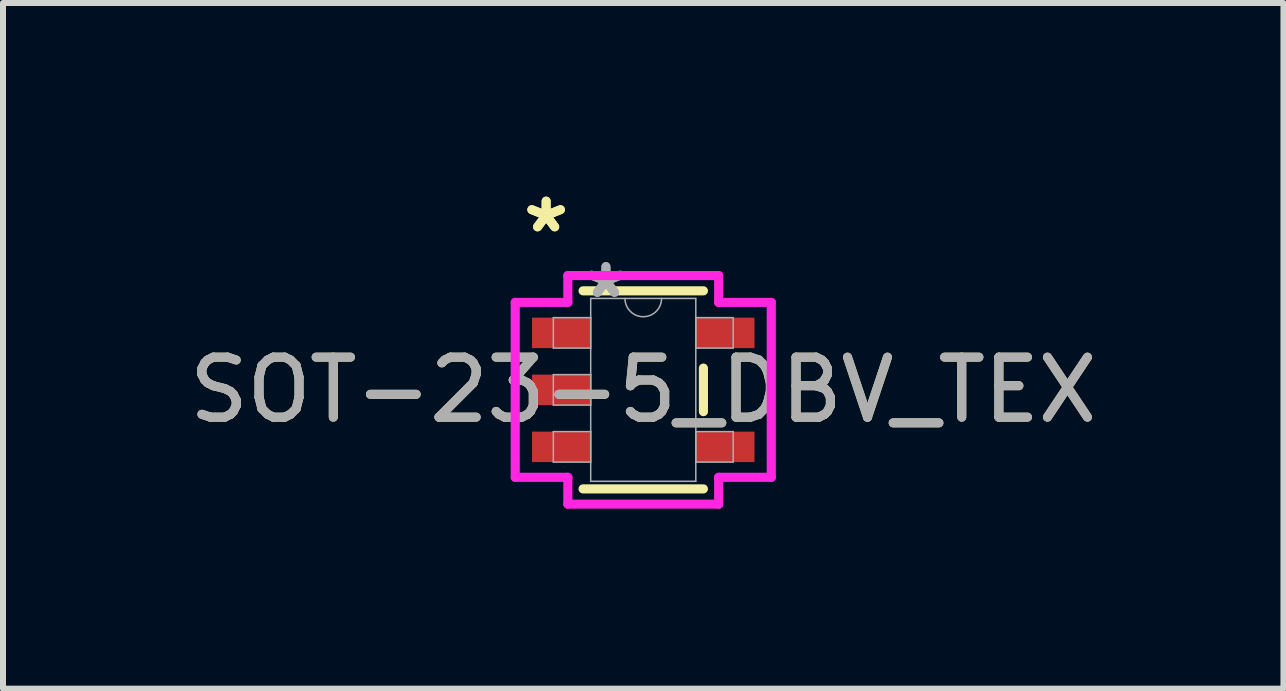
<source format=kicad_pcb>
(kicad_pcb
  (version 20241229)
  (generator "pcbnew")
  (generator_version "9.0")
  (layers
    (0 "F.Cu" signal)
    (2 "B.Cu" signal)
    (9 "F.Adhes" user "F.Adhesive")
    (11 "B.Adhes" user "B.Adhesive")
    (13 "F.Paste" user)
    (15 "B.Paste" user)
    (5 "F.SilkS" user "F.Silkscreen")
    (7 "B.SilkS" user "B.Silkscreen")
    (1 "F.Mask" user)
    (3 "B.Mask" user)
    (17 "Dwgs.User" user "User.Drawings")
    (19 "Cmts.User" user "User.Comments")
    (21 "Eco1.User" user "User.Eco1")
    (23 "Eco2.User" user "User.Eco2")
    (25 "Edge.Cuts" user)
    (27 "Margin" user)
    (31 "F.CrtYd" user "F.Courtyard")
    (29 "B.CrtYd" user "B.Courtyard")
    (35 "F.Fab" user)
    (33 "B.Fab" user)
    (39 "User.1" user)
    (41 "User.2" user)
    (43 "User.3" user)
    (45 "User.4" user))
  (footprint "SOT-23-5_DBV_TEX"
    (layer "F.Cu")
    (at 7.673 3.449)
    (property "Reference" "SOT-23-5_DBV_TEX" (at 0 0 0) (unlocked yes) (layer "F.SilkS") (effects (font (size 1 1) (thickness 0.15))))
    (attr smd)
    (fp_line (start -1.003 1.651) (end 1.003 1.651) (stroke (width 0.152) (type solid)) (layer "F.SilkS"))
    (fp_line (start 1.003 -1.651) (end -1.003 -1.651) (stroke (width 0.152) (type solid)) (layer "F.SilkS"))
    (fp_line (start 1.003 0.363) (end 1.003 -0.363) (stroke (width 0.152) (type solid)) (layer "F.SilkS"))
    (fp_line (start -2.134 -1.458) (end -1.257 -1.458) (stroke (width 0.152) (type solid)) (layer "F.CrtYd"))
    (fp_line (start -2.134 1.458) (end -2.134 -1.458) (stroke (width 0.152) (type solid)) (layer "F.CrtYd"))
    (fp_line (start -1.257 -1.905) (end 1.257 -1.905) (stroke (width 0.152) (type solid)) (layer "F.CrtYd"))
    (fp_line (start -1.257 -1.458) (end -1.257 -1.905) (stroke (width 0.152) (type solid)) (layer "F.CrtYd"))
    (fp_line (start -1.257 1.458) (end -2.134 1.458) (stroke (width 0.152) (type solid)) (layer "F.CrtYd"))
    (fp_line (start -1.257 1.905) (end -1.257 1.458) (stroke (width 0.152) (type solid)) (layer "F.CrtYd"))
    (fp_line (start 1.257 -1.905) (end 1.257 -1.458) (stroke (width 0.152) (type solid)) (layer "F.CrtYd"))
    (fp_line (start 1.257 -1.458) (end 2.134 -1.458) (stroke (width 0.152) (type solid)) (layer "F.CrtYd"))
    (fp_line (start 1.257 1.458) (end 1.257 1.905) (stroke (width 0.152) (type solid)) (layer "F.CrtYd"))
    (fp_line (start 1.257 1.905) (end -1.257 1.905) (stroke (width 0.152) (type solid)) (layer "F.CrtYd"))
    (fp_line (start 2.134 -1.458) (end 2.134 1.458) (stroke (width 0.152) (type solid)) (layer "F.CrtYd"))
    (fp_line (start 2.134 1.458) (end 1.257 1.458) (stroke (width 0.152) (type solid)) (layer "F.CrtYd"))
    (fp_line (start -1.499 -1.204) (end -1.499 -0.696) (stroke (width 0.025) (type solid)) (layer "F.Fab"))
    (fp_line (start -1.499 -0.696) (end -0.876 -0.696) (stroke (width 0.025) (type solid)) (layer "F.Fab"))
    (fp_line (start -1.499 -0.254) (end -1.499 0.254) (stroke (width 0.025) (type solid)) (layer "F.Fab"))
    (fp_line (start -1.499 0.254) (end -0.876 0.254) (stroke (width 0.025) (type solid)) (layer "F.Fab"))
    (fp_line (start -1.499 0.696) (end -1.499 1.204) (stroke (width 0.025) (type solid)) (layer "F.Fab"))
    (fp_line (start -1.499 1.204) (end -0.876 1.204) (stroke (width 0.025) (type solid)) (layer "F.Fab"))
    (fp_line (start -0.876 -1.524) (end -0.876 1.524) (stroke (width 0.025) (type solid)) (layer "F.Fab"))
    (fp_line (start -0.876 -1.204) (end -1.499 -1.204) (stroke (width 0.025) (type solid)) (layer "F.Fab"))
    (fp_line (start -0.876 -0.696) (end -0.876 -1.204) (stroke (width 0.025) (type solid)) (layer "F.Fab"))
    (fp_line (start -0.876 -0.254) (end -1.499 -0.254) (stroke (width 0.025) (type solid)) (layer "F.Fab"))
    (fp_line (start -0.876 0.254) (end -0.876 -0.254) (stroke (width 0.025) (type solid)) (layer "F.Fab"))
    (fp_line (start -0.876 0.696) (end -1.499 0.696) (stroke (width 0.025) (type solid)) (layer "F.Fab"))
    (fp_line (start -0.876 1.204) (end -0.876 0.696) (stroke (width 0.025) (type solid)) (layer "F.Fab"))
    (fp_line (start -0.876 1.524) (end 0.876 1.524) (stroke (width 0.025) (type solid)) (layer "F.Fab"))
    (fp_line (start 0.876 -1.524) (end -0.876 -1.524) (stroke (width 0.025) (type solid)) (layer "F.Fab"))
    (fp_line (start 0.876 -1.204) (end 0.876 -0.696) (stroke (width 0.025) (type solid)) (layer "F.Fab"))
    (fp_line (start 0.876 -0.696) (end 1.499 -0.696) (stroke (width 0.025) (type solid)) (layer "F.Fab"))
    (fp_line (start 0.876 0.696) (end 0.876 1.204) (stroke (width 0.025) (type solid)) (layer "F.Fab"))
    (fp_line (start 0.876 1.204) (end 1.499 1.204) (stroke (width 0.025) (type solid)) (layer "F.Fab"))
    (fp_line (start 0.876 1.524) (end 0.876 -1.524) (stroke (width 0.025) (type solid)) (layer "F.Fab"))
    (fp_line (start 1.499 -1.204) (end 0.876 -1.204) (stroke (width 0.025) (type solid)) (layer "F.Fab"))
    (fp_line (start 1.499 -0.696) (end 1.499 -1.204) (stroke (width 0.025) (type solid)) (layer "F.Fab"))
    (fp_line (start 1.499 0.696) (end 0.876 0.696) (stroke (width 0.025) (type solid)) (layer "F.Fab"))
    (fp_line (start 1.499 1.204) (end 1.499 0.696) (stroke (width 0.025) (type solid)) (layer "F.Fab"))
    (fp_arc (start 0.3048 -1.524) (mid 0 -1.2192) (end -0.3048 -1.524) (stroke (width 0.0254) (type solid)) (layer "F.Fab"))
    (fp_text user "*" (at -1.619 -2.601 0) (layer "F.SilkS") (effects (font (size 1 1) (thickness 0.15))))
    (fp_text user "*" (at -1.619 -2.601 0) (unlocked yes) (layer "F.SilkS") (effects (font (size 1 1) (thickness 0.15))))
    (fp_text user "*" (at -0.622 -1.509 0) (layer "F.Fab") (effects (font (size 1 1) (thickness 0.15))))
    (fp_text user "*" (at -0.622 -1.509 0) (unlocked yes) (layer "F.Fab") (effects (font (size 1 1) (thickness 0.15))))
    (fp_text user "${REFERENCE}" (at 0 0 0) (unlocked yes) (layer "F.Fab") (effects (font (size 1 1) (thickness 0.15))))
    (pad "1" smd rect (at -1.365 -0.95) (size 0.978 0.508) (layers "F.Cu" "F.Mask" "F.Paste"))
    (pad "2" smd rect (at -1.365 0) (size 0.978 0.508) (layers "F.Cu" "F.Mask" "F.Paste"))
    (pad "3" smd rect (at -1.365 0.95) (size 0.978 0.508) (layers "F.Cu" "F.Mask" "F.Paste"))
    (pad "4" smd rect (at 1.365 0.95) (size 0.978 0.508) (layers "F.Cu" "F.Mask" "F.Paste"))
    (pad "5" smd rect (at 1.365 -0.95) (size 0.978 0.508) (layers "F.Cu" "F.Mask" "F.Paste")))
  (gr_rect
    (start -3 -3)
    (end 18.345 8.43)
    (stroke (width 0.1) (type default))
    (fill no)
    (layer "Edge.Cuts")))
</source>
